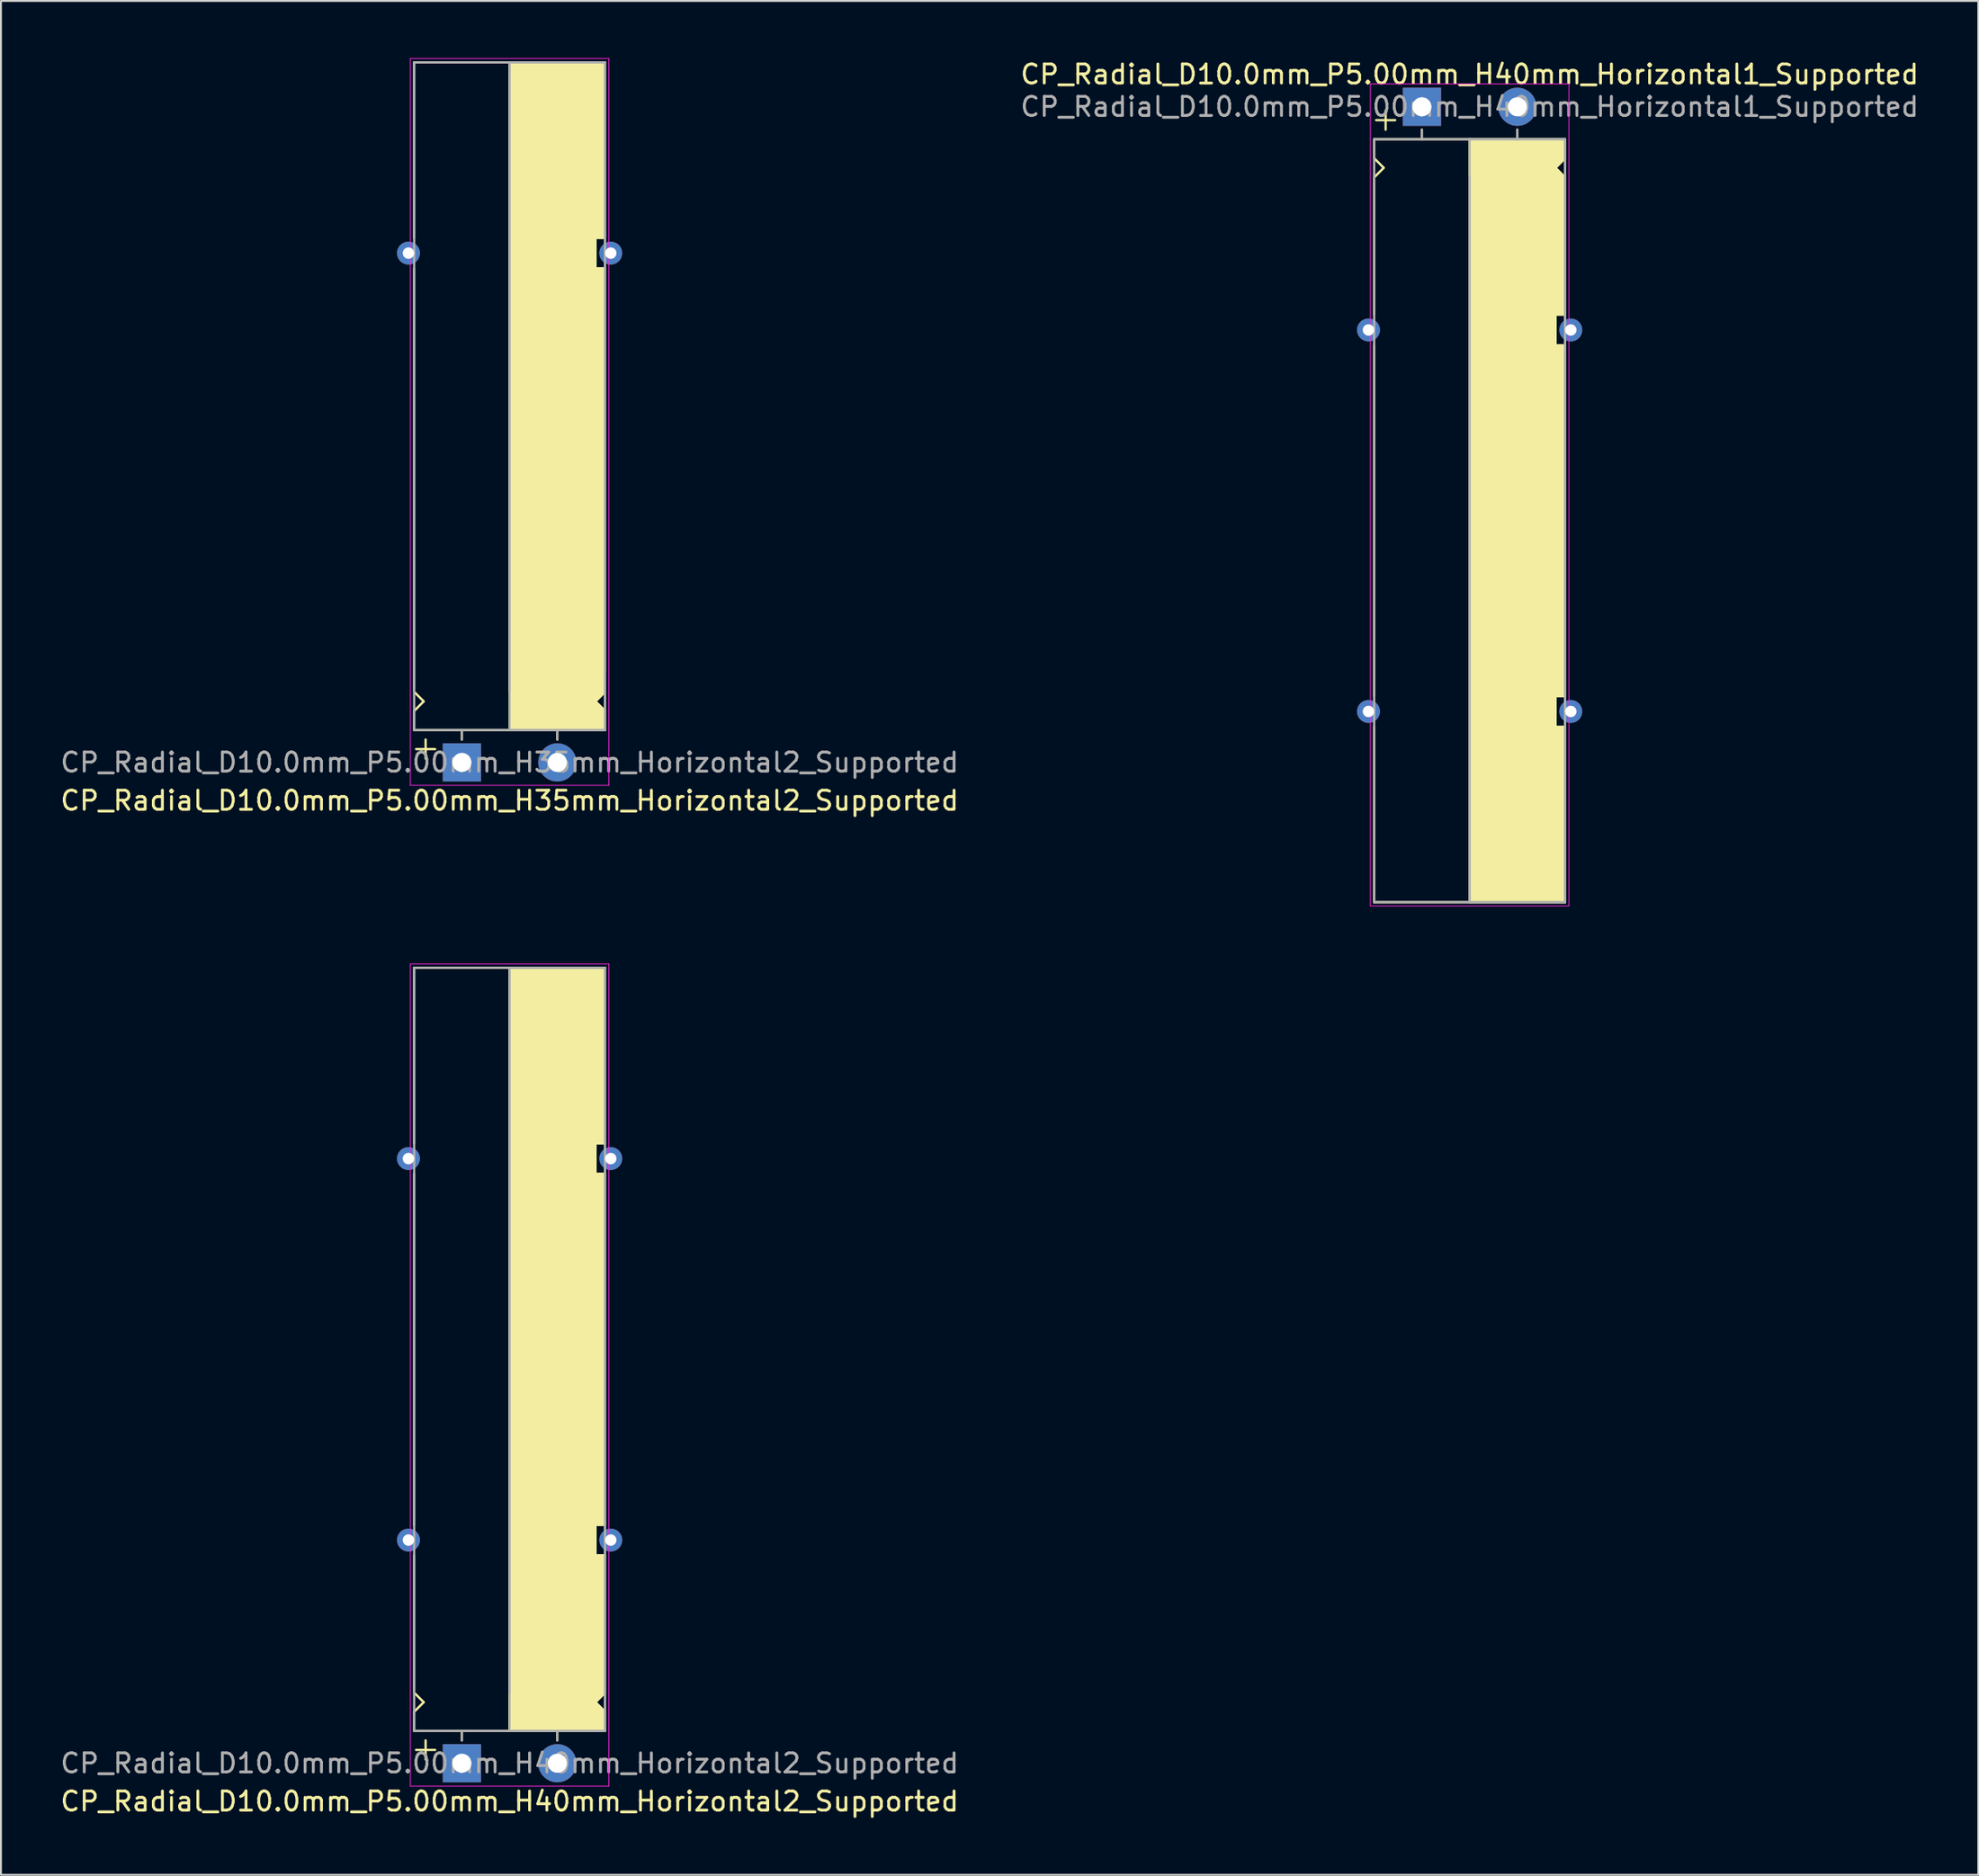
<source format=kicad_pcb>
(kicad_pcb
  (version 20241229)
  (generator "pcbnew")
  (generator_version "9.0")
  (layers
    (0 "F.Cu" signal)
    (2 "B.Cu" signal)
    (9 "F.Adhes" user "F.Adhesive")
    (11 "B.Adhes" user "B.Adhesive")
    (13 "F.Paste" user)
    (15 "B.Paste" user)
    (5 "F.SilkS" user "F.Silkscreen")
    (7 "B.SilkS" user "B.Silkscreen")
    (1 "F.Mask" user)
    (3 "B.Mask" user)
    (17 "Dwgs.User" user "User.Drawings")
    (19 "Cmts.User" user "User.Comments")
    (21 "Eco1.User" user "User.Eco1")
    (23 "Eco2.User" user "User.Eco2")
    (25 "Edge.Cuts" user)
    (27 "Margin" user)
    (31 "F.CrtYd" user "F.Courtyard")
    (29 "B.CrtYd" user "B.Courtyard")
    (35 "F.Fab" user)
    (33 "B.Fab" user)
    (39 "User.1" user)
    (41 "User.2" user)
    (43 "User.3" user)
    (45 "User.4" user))
  (footprint "CP_Radial_D10.0mm_P5.00mm_H40mm_Horizontal1_Supported"
    (layer "F.Cu")
    (at 71.446 2.548)
    (property "Reference" "CP_Radial_D10.0mm_P5.00mm_H40mm_Horizontal1_Supported" (at 2.5 -1.7 0) (layer "F.SilkS") (effects (font (size 1 1) (thickness 0.15))))
    (attr through_hole)
    (fp_line (start -2.5 1.7) (end -2.5 2.7) (stroke (width 0.12) (type solid)) (layer "F.SilkS"))
    (fp_line (start -2.5 2.7) (end -2 3.2) (stroke (width 0.12) (type solid)) (layer "F.SilkS"))
    (fp_line (start -2.5 3.8) (end -2.5 10.9) (stroke (width 0.12) (type solid)) (layer "F.SilkS"))
    (fp_line (start -2.5 12.5) (end -2.5 30.9) (stroke (width 0.12) (type solid)) (layer "F.SilkS"))
    (fp_line (start -2.5 32.5) (end -2.5 41.7) (stroke (width 0.12) (type solid)) (layer "F.SilkS"))
    (fp_line (start -2.5 41.7) (end 7.5 41.7) (stroke (width 0.12) (type solid)) (layer "F.SilkS"))
    (fp_line (start -2 3.2) (end -2.5 3.7) (stroke (width 0.12) (type solid)) (layer "F.SilkS"))
    (fp_line (start -1.9 0.2) (end -1.9 1.2) (stroke (width 0.12) (type solid)) (layer "F.SilkS"))
    (fp_line (start -1.4 0.7) (end -2.4 0.7) (stroke (width 0.12) (type solid)) (layer "F.SilkS"))
    (fp_line (start 0 1.7) (end 0 1.2) (stroke (width 0.12) (type solid)) (layer "F.SilkS"))
    (fp_line (start 2.5 1.7) (end -2.5 1.7) (stroke (width 0.12) (type solid)) (layer "F.SilkS"))
    (fp_line (start 2.5 41.7) (end 2.5 1.7) (stroke (width 0.12) (type solid)) (layer "F.SilkS"))
    (fp_line (start 5 1.7) (end 5 1.2) (stroke (width 0.12) (type solid)) (layer "F.SilkS"))
    (fp_line (start 7 3.2) (end 7.5 3.7) (stroke (width 0.12) (type solid)) (layer "F.SilkS"))
    (fp_line (start 7 10.9) (end 7 12.5) (stroke (width 0.12) (type solid)) (layer "F.SilkS"))
    (fp_line (start 7 12.5) (end 7.5 12.5) (stroke (width 0.12) (type solid)) (layer "F.SilkS"))
    (fp_line (start 7 30.9) (end 7 32.5) (stroke (width 0.12) (type solid)) (layer "F.SilkS"))
    (fp_line (start 7 32.5) (end 7.5 32.5) (stroke (width 0.12) (type solid)) (layer "F.SilkS"))
    (fp_line (start 7.5 1.7) (end 2.5 1.7) (stroke (width 0.12) (type solid)) (layer "F.SilkS"))
    (fp_line (start 7.5 1.7) (end 7.5 2.7) (stroke (width 0.12) (type solid)) (layer "F.SilkS"))
    (fp_line (start 7.5 2.7) (end 7 3.2) (stroke (width 0.12) (type solid)) (layer "F.SilkS"))
    (fp_line (start 7.5 3.7) (end 7.5 10.9) (stroke (width 0.12) (type solid)) (layer "F.SilkS"))
    (fp_line (start 7.5 10.9) (end 7 10.9) (stroke (width 0.12) (type solid)) (layer "F.SilkS"))
    (fp_line (start 7.5 12.5) (end 7.5 30.9) (stroke (width 0.12) (type solid)) (layer "F.SilkS"))
    (fp_line (start 7.5 30.9) (end 7 30.9) (stroke (width 0.12) (type solid)) (layer "F.SilkS"))
    (fp_line (start 7.5 32.5) (end 7.5 41.7) (stroke (width 0.12) (type solid)) (layer "F.SilkS"))
    (fp_poly (pts (xy 7.5 2.7) (xy 7 3.2) (xy 7.5 3.7) (xy 7.5 10.9) (xy 7 10.9) (xy 7 12.5) (xy 7.5 12.5) (xy 7.5 30.9) (xy 7 30.9) (xy 7 32.5) (xy 7.5 32.5) (xy 7.5 41.7) (xy 2.5 41.7) (xy 2.5 1.7) (xy 7.5 1.7)) (stroke (width 0.1) (type solid)) (fill yes) (layer "F.SilkS"))
    (fp_line (start -2.7 -1.2) (end 5.3 -1.2) (stroke (width 0.04) (type solid)) (layer "F.CrtYd"))
    (fp_line (start -2.7 41.9) (end -2.7 -1.2) (stroke (width 0.04) (type solid)) (layer "F.CrtYd"))
    (fp_line (start 5.3 -1.2) (end 7.7 -1.2) (stroke (width 0.04) (type solid)) (layer "F.CrtYd"))
    (fp_line (start 7.7 -1.2) (end 7.7 41.9) (stroke (width 0.04) (type solid)) (layer "F.CrtYd"))
    (fp_line (start 7.7 41.9) (end -2.7 41.9) (stroke (width 0.04) (type solid)) (layer "F.CrtYd"))
    (fp_line (start -2.5 1.7) (end -2.5 41.7) (stroke (width 0.12) (type solid)) (layer "F.Fab"))
    (fp_line (start -2.5 41.7) (end 7.5 41.7) (stroke (width 0.12) (type solid)) (layer "F.Fab"))
    (fp_line (start 0 1.7) (end 0 1.2) (stroke (width 0.12) (type solid)) (layer "F.Fab"))
    (fp_line (start 2.5 3.7) (end 2.5 41.7) (stroke (width 0.12) (type solid)) (layer "F.Fab"))
    (fp_line (start 5 1.7) (end 5 1.2) (stroke (width 0.12) (type solid)) (layer "F.Fab"))
    (fp_line (start 7.5 1.7) (end -2.5 1.7) (stroke (width 0.12) (type solid)) (layer "F.Fab"))
    (fp_line (start 7.5 41.7) (end 7.5 1.7) (stroke (width 0.12) (type solid)) (layer "F.Fab"))
    (fp_poly (pts (xy 7.5 41.7) (xy 2.5 41.7) (xy 2.5 1.7) (xy 7.5 1.7)) (stroke (width 0.1) (type solid)) (fill no) (layer "F.Fab"))
    (fp_text user "${REFERENCE}" (at 2.5 0 0) (layer "F.Fab") (effects (font (size 1 1) (thickness 0.15))))
    (pad "1" thru_hole rect (at 0 0) (size 2 2) (drill 1) (layers "*.Cu" "*.Mask"))
    (pad "2" thru_hole circle (at 5 0) (size 2 2) (drill 1) (layers "*.Cu" "*.Mask"))
    (pad "~" thru_hole circle (at -2.8 11.7 180) (size 1.2 1.2) (drill 0.6) (layers "*.Cu" "*.Mask"))
    (pad "~" thru_hole circle (at -2.8 31.7) (size 1.2 1.2) (drill 0.6) (layers "*.Cu" "*.Mask"))
    (pad "~" thru_hole circle (at 7.8 11.7) (size 1.2 1.2) (drill 0.6) (layers "*.Cu" "*.Mask"))
    (pad "~" thru_hole circle (at 7.8 31.7) (size 1.2 1.2) (drill 0.6) (layers "*.Cu" "*.Mask")))
  (footprint "CP_Radial_D10.0mm_P5.00mm_H35mm_Horizontal2_Supported"
    (layer "F.Cu")
    (at 21.149 36.92)
    (property "Reference" "CP_Radial_D10.0mm_P5.00mm_H35mm_Horizontal2_Supported" (at 2.5 2 0) (layer "F.SilkS") (effects (font (size 1 1) (thickness 0.15))))
    (attr through_hole)
    (fp_line (start -2.5 -36.7) (end 7.5 -36.7) (stroke (width 0.12) (type solid)) (layer "F.SilkS"))
    (fp_line (start -2.5 -27.5) (end -2.5 -36.7) (stroke (width 0.12) (type solid)) (layer "F.SilkS"))
    (fp_line (start -2.5 -3.8) (end -2.5 -25.9) (stroke (width 0.12) (type solid)) (layer "F.SilkS"))
    (fp_line (start -2.5 -2.7) (end -2 -3.2) (stroke (width 0.12) (type solid)) (layer "F.SilkS"))
    (fp_line (start -2.5 -1.7) (end -2.5 -2.7) (stroke (width 0.12) (type solid)) (layer "F.SilkS"))
    (fp_line (start -2 -3.2) (end -2.5 -3.7) (stroke (width 0.12) (type solid)) (layer "F.SilkS"))
    (fp_line (start -1.9 -1.2) (end -1.9 -0.2) (stroke (width 0.12) (type solid)) (layer "F.SilkS"))
    (fp_line (start -1.4 -0.7) (end -2.4 -0.7) (stroke (width 0.12) (type solid)) (layer "F.SilkS"))
    (fp_line (start 0 -1.7) (end 0 -1.2) (stroke (width 0.12) (type solid)) (layer "F.SilkS"))
    (fp_line (start 2.5 -36.7) (end 2.5 -3.7) (stroke (width 0.12) (type solid)) (layer "F.SilkS"))
    (fp_line (start 2.5 -1.7) (end -2.5 -1.7) (stroke (width 0.12) (type solid)) (layer "F.SilkS"))
    (fp_line (start 5 -1.7) (end 5 -1.2) (stroke (width 0.12) (type solid)) (layer "F.SilkS"))
    (fp_line (start 7 -27.5) (end 7 -26.9) (stroke (width 0.12) (type solid)) (layer "F.SilkS"))
    (fp_line (start 7 -26.9) (end 7 -25.9) (stroke (width 0.12) (type solid)) (layer "F.SilkS"))
    (fp_line (start 7 -25.9) (end 7.5 -25.9) (stroke (width 0.12) (type solid)) (layer "F.SilkS"))
    (fp_line (start 7 -3.2) (end 7.5 -3.7) (stroke (width 0.12) (type solid)) (layer "F.SilkS"))
    (fp_line (start 7.5 -27.5) (end 7 -27.5) (stroke (width 0.12) (type solid)) (layer "F.SilkS"))
    (fp_line (start 7.5 -27.5) (end 7.5 -36.7) (stroke (width 0.12) (type solid)) (layer "F.SilkS"))
    (fp_line (start 7.5 -4.7) (end 7.5 -25.9) (stroke (width 0.12) (type solid)) (layer "F.SilkS"))
    (fp_line (start 7.5 -2.7) (end 7 -3.2) (stroke (width 0.12) (type solid)) (layer "F.SilkS"))
    (fp_line (start 7.5 -1.7) (end 2.5 -1.7) (stroke (width 0.12) (type solid)) (layer "F.SilkS"))
    (fp_line (start 7.5 -1.7) (end 7.5 -2.7) (stroke (width 0.12) (type solid)) (layer "F.SilkS"))
    (fp_poly (pts (xy 7.5 -2.7) (xy 7 -3.2) (xy 7.5 -3.7) (xy 7.5 -25.9) (xy 7 -25.9) (xy 7 -27.5) (xy 7.5 -27.5) (xy 7.5 -36.7) (xy 2.5 -36.7) (xy 2.5 -1.7) (xy 7.5 -1.7)) (stroke (width 0.1) (type solid)) (fill yes) (layer "F.SilkS"))
    (fp_line (start -2.7 -36.9) (end -2.7 1.2) (stroke (width 0.04) (type solid)) (layer "F.CrtYd"))
    (fp_line (start -2.7 1.2) (end 5.3 1.2) (stroke (width 0.04) (type solid)) (layer "F.CrtYd"))
    (fp_line (start 5.3 1.2) (end 7.7 1.2) (stroke (width 0.04) (type solid)) (layer "F.CrtYd"))
    (fp_line (start 7.7 -36.9) (end -2.7 -36.9) (stroke (width 0.04) (type solid)) (layer "F.CrtYd"))
    (fp_line (start 7.7 1.2) (end 7.7 -36.9) (stroke (width 0.04) (type solid)) (layer "F.CrtYd"))
    (fp_line (start -2.5 -36.7) (end 7.5 -36.7) (stroke (width 0.12) (type solid)) (layer "F.Fab"))
    (fp_line (start -2.5 -1.7) (end -2.5 -36.7) (stroke (width 0.12) (type solid)) (layer "F.Fab"))
    (fp_line (start 0 -1.7) (end 0 -1.2) (stroke (width 0.12) (type solid)) (layer "F.Fab"))
    (fp_line (start 2.5 -3.7) (end 2.5 -36.7) (stroke (width 0.12) (type solid)) (layer "F.Fab"))
    (fp_line (start 5 -1.7) (end 5 -1.2) (stroke (width 0.12) (type solid)) (layer "F.Fab"))
    (fp_line (start 7.5 -36.7) (end 7.5 -1.7) (stroke (width 0.12) (type solid)) (layer "F.Fab"))
    (fp_line (start 7.5 -1.7) (end -2.5 -1.7) (stroke (width 0.12) (type solid)) (layer "F.Fab"))
    (fp_poly (pts (xy 7.5 -36.7) (xy 2.5 -36.7) (xy 2.5 -1.7) (xy 7.5 -1.7)) (stroke (width 0.1) (type solid)) (fill no) (layer "F.Fab"))
    (fp_text user "${REFERENCE}" (at 2.5 0 0) (layer "F.Fab") (effects (font (size 1 1) (thickness 0.15))))
    (pad "1" thru_hole rect (at 0 0) (size 2 2) (drill 1) (layers "*.Cu" "*.Mask"))
    (pad "2" thru_hole circle (at 5 0) (size 2 2) (drill 1) (layers "*.Cu" "*.Mask"))
    (pad "~" thru_hole circle (at -2.8 -26.7 180) (size 1.2 1.2) (drill 0.6) (layers "*.Cu" "*.Mask"))
    (pad "~" thru_hole circle (at 7.8 -26.7 180) (size 1.2 1.2) (drill 0.6) (layers "*.Cu" "*.Mask")))
  (footprint "CP_Radial_D10.0mm_P5.00mm_H40mm_Horizontal2_Supported"
    (layer "F.Cu")
    (at 21.149 89.388)
    (property "Reference" "CP_Radial_D10.0mm_P5.00mm_H40mm_Horizontal2_Supported" (at 2.5 2 0) (layer "F.SilkS") (effects (font (size 1 1) (thickness 0.15))))
    (attr through_hole)
    (fp_line (start -2.5 -41.7) (end 7.5 -41.7) (stroke (width 0.12) (type solid)) (layer "F.SilkS"))
    (fp_line (start -2.5 -32.5) (end -2.5 -41.7) (stroke (width 0.12) (type solid)) (layer "F.SilkS"))
    (fp_line (start -2.5 -12.5) (end -2.5 -30.9) (stroke (width 0.12) (type solid)) (layer "F.SilkS"))
    (fp_line (start -2.5 -3.8) (end -2.5 -10.9) (stroke (width 0.12) (type solid)) (layer "F.SilkS"))
    (fp_line (start -2.5 -2.7) (end -2 -3.2) (stroke (width 0.12) (type solid)) (layer "F.SilkS"))
    (fp_line (start -2.5 -1.7) (end -2.5 -2.7) (stroke (width 0.12) (type solid)) (layer "F.SilkS"))
    (fp_line (start -2 -3.2) (end -2.5 -3.7) (stroke (width 0.12) (type solid)) (layer "F.SilkS"))
    (fp_line (start -1.9 -1.2) (end -1.9 -0.2) (stroke (width 0.12) (type solid)) (layer "F.SilkS"))
    (fp_line (start -1.4 -0.7) (end -2.4 -0.7) (stroke (width 0.12) (type solid)) (layer "F.SilkS"))
    (fp_line (start 0 -1.7) (end 0 -1.2) (stroke (width 0.12) (type solid)) (layer "F.SilkS"))
    (fp_line (start 2.5 -41.7) (end 2.5 -1.7) (stroke (width 0.12) (type solid)) (layer "F.SilkS"))
    (fp_line (start 2.5 -1.7) (end -2.5 -1.7) (stroke (width 0.12) (type solid)) (layer "F.SilkS"))
    (fp_line (start 5 -1.7) (end 5 -1.2) (stroke (width 0.12) (type solid)) (layer "F.SilkS"))
    (fp_line (start 7 -32.5) (end 7.5 -32.5) (stroke (width 0.12) (type solid)) (layer "F.SilkS"))
    (fp_line (start 7 -30.9) (end 7 -32.5) (stroke (width 0.12) (type solid)) (layer "F.SilkS"))
    (fp_line (start 7 -12.5) (end 7.5 -12.5) (stroke (width 0.12) (type solid)) (layer "F.SilkS"))
    (fp_line (start 7 -10.9) (end 7 -12.5) (stroke (width 0.12) (type solid)) (layer "F.SilkS"))
    (fp_line (start 7 -3.2) (end 7.5 -3.7) (stroke (width 0.12) (type solid)) (layer "F.SilkS"))
    (fp_line (start 7.5 -32.5) (end 7.5 -41.7) (stroke (width 0.12) (type solid)) (layer "F.SilkS"))
    (fp_line (start 7.5 -30.9) (end 7 -30.9) (stroke (width 0.12) (type solid)) (layer "F.SilkS"))
    (fp_line (start 7.5 -12.5) (end 7.5 -30.9) (stroke (width 0.12) (type solid)) (layer "F.SilkS"))
    (fp_line (start 7.5 -10.9) (end 7 -10.9) (stroke (width 0.12) (type solid)) (layer "F.SilkS"))
    (fp_line (start 7.5 -3.7) (end 7.5 -10.9) (stroke (width 0.12) (type solid)) (layer "F.SilkS"))
    (fp_line (start 7.5 -2.7) (end 7 -3.2) (stroke (width 0.12) (type solid)) (layer "F.SilkS"))
    (fp_line (start 7.5 -1.7) (end 2.5 -1.7) (stroke (width 0.12) (type solid)) (layer "F.SilkS"))
    (fp_line (start 7.5 -1.7) (end 7.5 -2.7) (stroke (width 0.12) (type solid)) (layer "F.SilkS"))
    (fp_poly (pts (xy 7.5 -2.7) (xy 7 -3.2) (xy 7.5 -3.7) (xy 7.5 -10.9) (xy 7 -10.9) (xy 7 -12.5) (xy 7.5 -12.5) (xy 7.5 -30.9) (xy 7 -30.9) (xy 7 -32.5) (xy 7.5 -32.5) (xy 7.5 -41.7) (xy 2.5 -41.7) (xy 2.5 -1.7) (xy 7.5 -1.7)) (stroke (width 0.1) (type solid)) (fill yes) (layer "F.SilkS"))
    (fp_line (start -2.7 -41.9) (end -2.7 1.2) (stroke (width 0.04) (type solid)) (layer "F.CrtYd"))
    (fp_line (start -2.7 1.2) (end 5.3 1.2) (stroke (width 0.04) (type solid)) (layer "F.CrtYd"))
    (fp_line (start 5.3 1.2) (end 7.7 1.2) (stroke (width 0.04) (type solid)) (layer "F.CrtYd"))
    (fp_line (start 7.7 -41.9) (end -2.7 -41.9) (stroke (width 0.04) (type solid)) (layer "F.CrtYd"))
    (fp_line (start 7.7 1.2) (end 7.7 -41.9) (stroke (width 0.04) (type solid)) (layer "F.CrtYd"))
    (fp_line (start -2.5 -41.7) (end 7.5 -41.7) (stroke (width 0.12) (type solid)) (layer "F.Fab"))
    (fp_line (start -2.5 -1.7) (end -2.5 -41.7) (stroke (width 0.12) (type solid)) (layer "F.Fab"))
    (fp_line (start 0 -1.7) (end 0 -1.2) (stroke (width 0.12) (type solid)) (layer "F.Fab"))
    (fp_line (start 2.5 -3.7) (end 2.5 -41.7) (stroke (width 0.12) (type solid)) (layer "F.Fab"))
    (fp_line (start 5 -1.7) (end 5 -1.2) (stroke (width 0.12) (type solid)) (layer "F.Fab"))
    (fp_line (start 7.5 -41.7) (end 7.5 -1.7) (stroke (width 0.12) (type solid)) (layer "F.Fab"))
    (fp_line (start 7.5 -1.7) (end -2.5 -1.7) (stroke (width 0.12) (type solid)) (layer "F.Fab"))
    (fp_poly (pts (xy 7.5 -41.7) (xy 2.5 -41.7) (xy 2.5 -1.7) (xy 7.5 -1.7)) (stroke (width 0.1) (type solid)) (fill no) (layer "F.Fab"))
    (fp_text user "${REFERENCE}" (at 2.5 0 0) (layer "F.Fab") (effects (font (size 1 1) (thickness 0.15))))
    (pad "1" thru_hole rect (at 0 0) (size 2 2) (drill 1) (layers "*.Cu" "*.Mask"))
    (pad "2" thru_hole circle (at 5 0) (size 2 2) (drill 1) (layers "*.Cu" "*.Mask"))
    (pad "~" thru_hole circle (at -2.8 -31.7 180) (size 1.2 1.2) (drill 0.6) (layers "*.Cu" "*.Mask"))
    (pad "~" thru_hole circle (at -2.8 -11.7) (size 1.2 1.2) (drill 0.6) (layers "*.Cu" "*.Mask"))
    (pad "~" thru_hole circle (at 7.8 -31.7 180) (size 1.2 1.2) (drill 0.6) (layers "*.Cu" "*.Mask"))
    (pad "~" thru_hole circle (at 7.8 -11.7 180) (size 1.2 1.2) (drill 0.6) (layers "*.Cu" "*.Mask")))
  (gr_rect
    (start -3 -3)
    (end 100.595 95.237)
    (stroke (width 0.1) (type default))
    (fill no)
    (layer "Edge.Cuts")))
</source>
